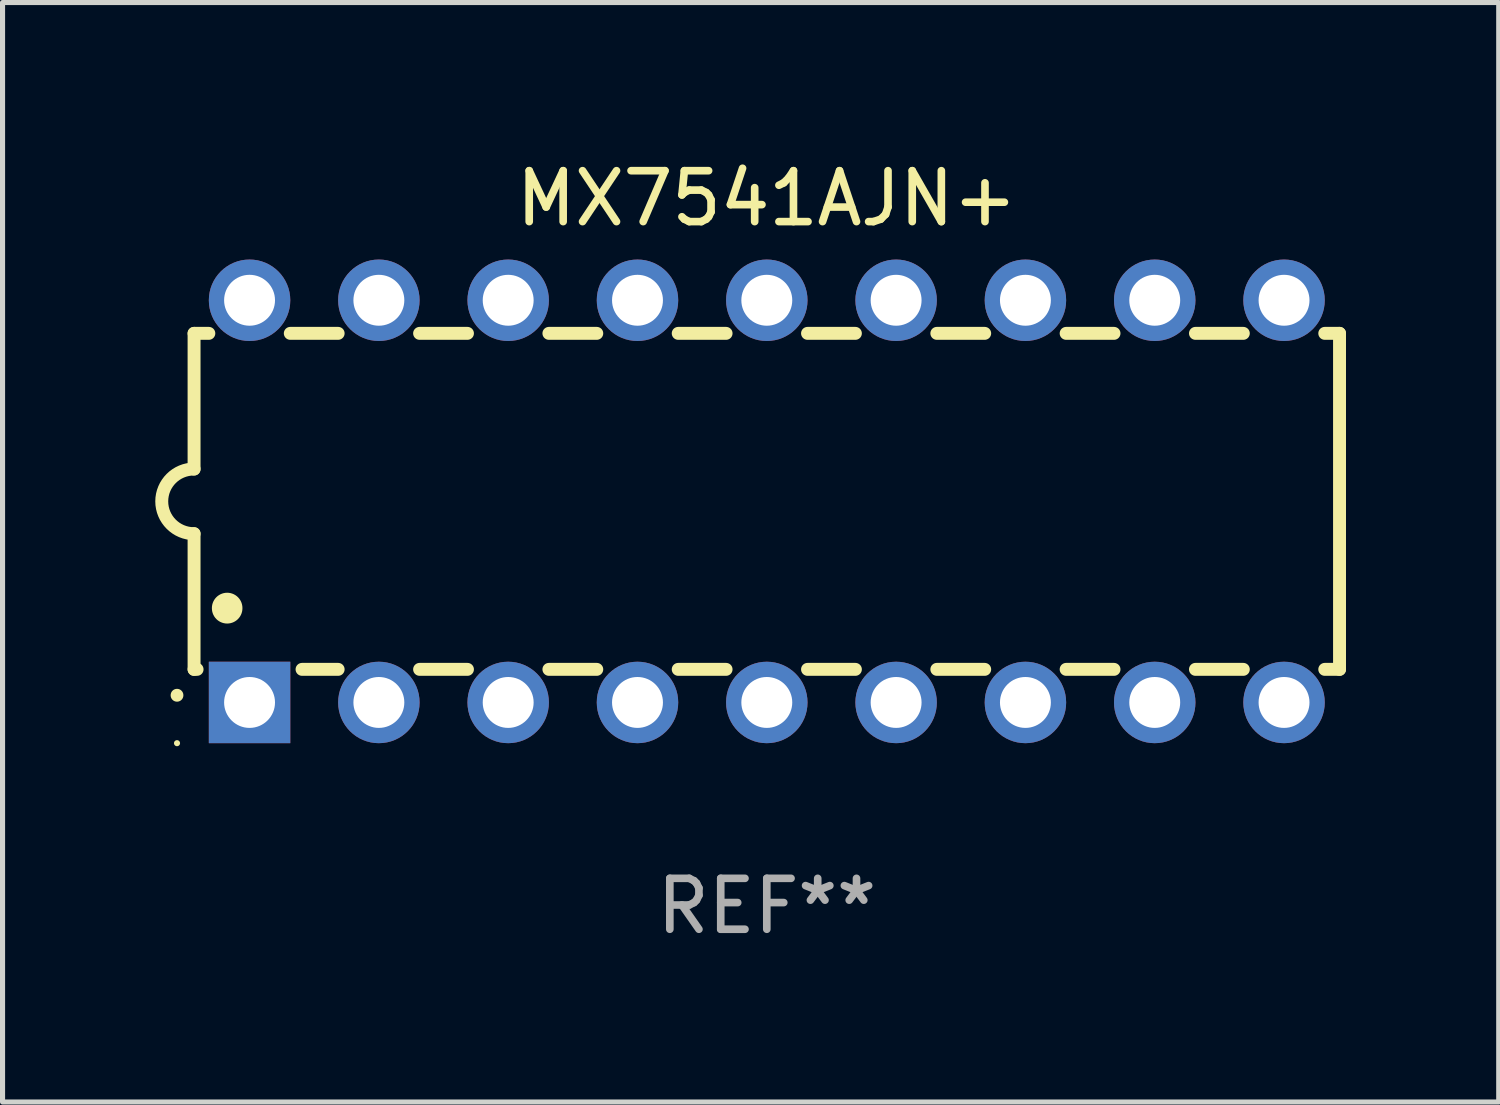
<source format=kicad_pcb>
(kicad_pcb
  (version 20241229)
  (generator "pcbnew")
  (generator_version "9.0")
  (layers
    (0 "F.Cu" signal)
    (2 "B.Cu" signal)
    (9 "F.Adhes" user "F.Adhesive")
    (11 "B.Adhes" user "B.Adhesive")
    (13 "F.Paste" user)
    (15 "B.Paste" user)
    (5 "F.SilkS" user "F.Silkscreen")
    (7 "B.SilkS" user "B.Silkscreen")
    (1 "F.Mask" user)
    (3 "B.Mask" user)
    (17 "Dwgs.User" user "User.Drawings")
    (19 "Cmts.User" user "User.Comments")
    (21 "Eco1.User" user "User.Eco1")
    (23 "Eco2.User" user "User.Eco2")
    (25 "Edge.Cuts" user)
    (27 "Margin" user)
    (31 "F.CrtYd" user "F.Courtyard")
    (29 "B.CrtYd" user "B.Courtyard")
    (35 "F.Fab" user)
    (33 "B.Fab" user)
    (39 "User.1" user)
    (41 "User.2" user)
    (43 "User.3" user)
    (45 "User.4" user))
  (footprint "MX7541AJN+"
    (layer "F.Cu")
    (at 12.012 6.798)
    (property "Reference" "MX7541AJN+" (at 0 -5.95 0) (layer "F.SilkS") (effects (font (size 1 1) (thickness 0.15))))
    (attr through_hole)
    (fp_line (start -11.25 -3.3) (end -11.25 -0.635) (stroke (width 0.254) (type solid)) (layer "F.SilkS"))
    (fp_line (start -11.25 -3.3) (end -10.96 -3.3) (stroke (width 0.254) (type solid)) (layer "F.SilkS"))
    (fp_line (start -11.25 3.3) (end -11.25 0.635) (stroke (width 0.254) (type solid)) (layer "F.SilkS"))
    (fp_line (start -11.25 3.3) (end -11.191 3.3) (stroke (width 0.254) (type solid)) (layer "F.SilkS"))
    (fp_line (start -9.36 -3.3) (end -8.42 -3.3) (stroke (width 0.254) (type solid)) (layer "F.SilkS"))
    (fp_line (start -9.129 3.3) (end -8.42 3.3) (stroke (width 0.254) (type solid)) (layer "F.SilkS"))
    (fp_line (start -6.82 -3.3) (end -5.88 -3.3) (stroke (width 0.254) (type solid)) (layer "F.SilkS"))
    (fp_line (start -6.82 3.3) (end -5.88 3.3) (stroke (width 0.254) (type solid)) (layer "F.SilkS"))
    (fp_line (start -4.28 -3.3) (end -3.34 -3.3) (stroke (width 0.254) (type solid)) (layer "F.SilkS"))
    (fp_line (start -4.28 3.3) (end -3.34 3.3) (stroke (width 0.254) (type solid)) (layer "F.SilkS"))
    (fp_line (start -1.74 -3.3) (end -0.8 -3.3) (stroke (width 0.254) (type solid)) (layer "F.SilkS"))
    (fp_line (start -1.74 3.3) (end -0.8 3.3) (stroke (width 0.254) (type solid)) (layer "F.SilkS"))
    (fp_line (start 0.8 -3.3) (end 1.74 -3.3) (stroke (width 0.254) (type solid)) (layer "F.SilkS"))
    (fp_line (start 0.8 3.3) (end 1.74 3.3) (stroke (width 0.254) (type solid)) (layer "F.SilkS"))
    (fp_line (start 3.34 -3.3) (end 4.28 -3.3) (stroke (width 0.254) (type solid)) (layer "F.SilkS"))
    (fp_line (start 3.34 3.3) (end 4.28 3.3) (stroke (width 0.254) (type solid)) (layer "F.SilkS"))
    (fp_line (start 5.88 -3.3) (end 6.82 -3.3) (stroke (width 0.254) (type solid)) (layer "F.SilkS"))
    (fp_line (start 5.88 3.3) (end 6.82 3.3) (stroke (width 0.254) (type solid)) (layer "F.SilkS"))
    (fp_line (start 8.42 -3.3) (end 9.36 -3.3) (stroke (width 0.254) (type solid)) (layer "F.SilkS"))
    (fp_line (start 8.42 3.3) (end 9.36 3.3) (stroke (width 0.254) (type solid)) (layer "F.SilkS"))
    (fp_line (start 10.96 -3.3) (end 11.25 -3.3) (stroke (width 0.254) (type solid)) (layer "F.SilkS"))
    (fp_line (start 10.96 3.3) (end 11.25 3.3) (stroke (width 0.254) (type solid)) (layer "F.SilkS"))
    (fp_line (start 11.25 -3.3) (end 11.25 3.3) (stroke (width 0.254) (type solid)) (layer "F.SilkS"))
    (fp_arc (start -11.584963 3.810008) (mid -11.58497 3.808738) (end -11.584963 3.807468) (stroke (width 0.25) (type solid)) (layer "F.SilkS"))
    (fp_arc (start -11.250013 0.635001) (mid -11.884684 -0.000165) (end -11.249683 -0.635001) (stroke (width 0.254001) (type solid)) (layer "F.SilkS"))
    (fp_arc (start -10.600025 2.1) (mid -10.600036 2.09746) (end -10.600025 2.09492) (stroke (width 0.6) (type solid)) (layer "F.SilkS"))
    (fp_circle (center -11.585 4.75) (end -11.555 4.75) (stroke (width 0.06) (type solid)) (fill no) (layer "F.SilkS"))
    (fp_text user "REF**" (at 0 7.95 0) (layer "F.Fab") (effects (font (size 1 1) (thickness 0.15))))
    (pad "1" thru_hole rect (at -10.16 3.95 90) (size 1.6 1.6) (drill 1) (layers "*.Cu" "*.Mask"))
    (pad "2" thru_hole circle (at -7.62 3.95 90) (size 1.6 1.6) (drill 1) (layers "*.Cu" "*.Mask"))
    (pad "3" thru_hole circle (at -5.08 3.95 90) (size 1.6 1.6) (drill 1) (layers "*.Cu" "*.Mask"))
    (pad "4" thru_hole circle (at -2.54 3.95 90) (size 1.6 1.6) (drill 1) (layers "*.Cu" "*.Mask"))
    (pad "5" thru_hole circle (at 0 3.95 90) (size 1.6 1.6) (drill 1) (layers "*.Cu" "*.Mask"))
    (pad "6" thru_hole circle (at 2.54 3.95 90) (size 1.6 1.6) (drill 1) (layers "*.Cu" "*.Mask"))
    (pad "7" thru_hole circle (at 5.08 3.95 90) (size 1.6 1.6) (drill 1) (layers "*.Cu" "*.Mask"))
    (pad "8" thru_hole circle (at 7.62 3.95 90) (size 1.6 1.6) (drill 1) (layers "*.Cu" "*.Mask"))
    (pad "9" thru_hole circle (at 10.16 3.95 90) (size 1.6 1.6) (drill 1) (layers "*.Cu" "*.Mask"))
    (pad "10" thru_hole circle (at 10.16 -3.95 90) (size 1.6 1.6) (drill 1) (layers "*.Cu" "*.Mask"))
    (pad "11" thru_hole circle (at 7.62 -3.95 90) (size 1.6 1.6) (drill 1) (layers "*.Cu" "*.Mask"))
    (pad "12" thru_hole circle (at 5.08 -3.95 90) (size 1.6 1.6) (drill 1) (layers "*.Cu" "*.Mask"))
    (pad "13" thru_hole circle (at 2.54 -3.95 90) (size 1.6 1.6) (drill 1) (layers "*.Cu" "*.Mask"))
    (pad "14" thru_hole circle (at 0 -3.95 90) (size 1.6 1.6) (drill 1) (layers "*.Cu" "*.Mask"))
    (pad "15" thru_hole circle (at -2.54 -3.95 90) (size 1.6 1.6) (drill 1) (layers "*.Cu" "*.Mask"))
    (pad "16" thru_hole circle (at -5.08 -3.95 90) (size 1.6 1.6) (drill 1) (layers "*.Cu" "*.Mask"))
    (pad "17" thru_hole circle (at -7.62 -3.95 90) (size 1.6 1.6) (drill 1) (layers "*.Cu" "*.Mask"))
    (pad "18" thru_hole circle (at -10.16 -3.95 90) (size 1.6 1.6) (drill 1) (layers "*.Cu" "*.Mask")))
  (gr_rect
    (start -3 -3)
    (end 26.389 18.596)
    (stroke (width 0.1) (type default))
    (fill no)
    (layer "Edge.Cuts")))
</source>
